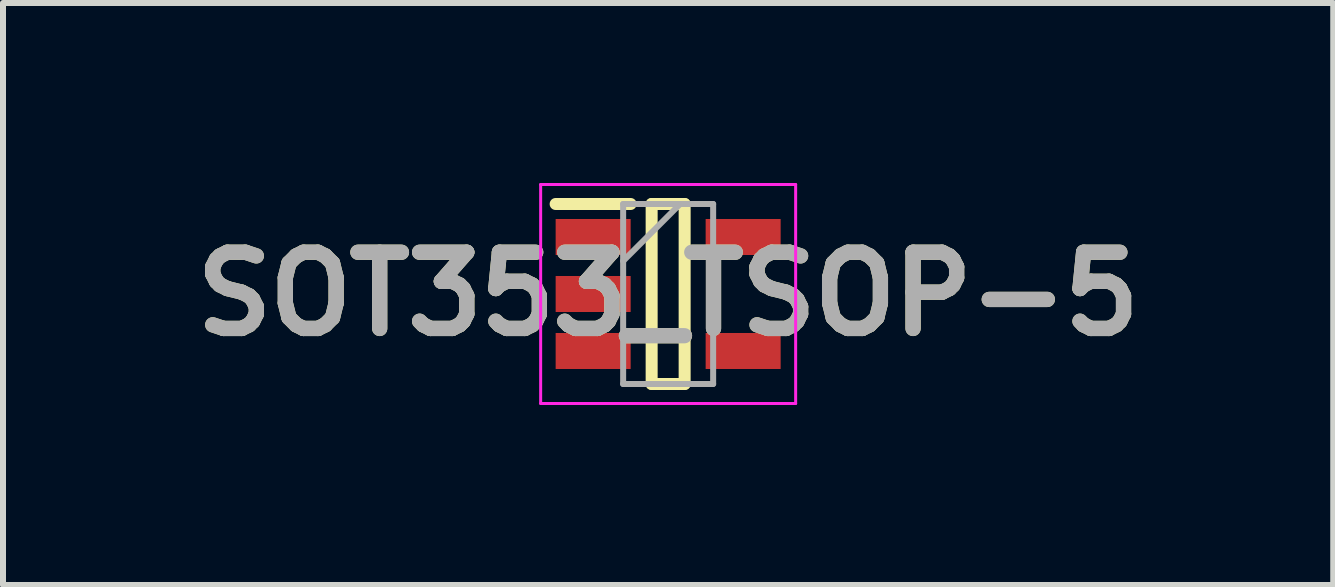
<source format=kicad_pcb>
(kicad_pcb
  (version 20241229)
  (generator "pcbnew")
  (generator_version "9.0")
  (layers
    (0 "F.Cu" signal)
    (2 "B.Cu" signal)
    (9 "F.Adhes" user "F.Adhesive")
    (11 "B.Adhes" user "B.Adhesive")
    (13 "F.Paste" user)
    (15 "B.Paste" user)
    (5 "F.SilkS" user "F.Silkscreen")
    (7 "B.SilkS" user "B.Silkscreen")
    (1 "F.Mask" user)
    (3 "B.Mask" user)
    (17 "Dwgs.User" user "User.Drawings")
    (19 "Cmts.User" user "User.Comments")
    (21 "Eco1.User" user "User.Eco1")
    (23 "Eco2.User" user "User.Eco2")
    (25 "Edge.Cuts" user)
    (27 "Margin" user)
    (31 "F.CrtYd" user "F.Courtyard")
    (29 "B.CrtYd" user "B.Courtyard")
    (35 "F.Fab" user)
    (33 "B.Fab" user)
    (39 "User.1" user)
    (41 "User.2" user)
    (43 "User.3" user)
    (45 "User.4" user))
  (footprint "SOT353_TSOP-5"
    (layer "F.Cu")
    (at 8.086 1.85)
    (property "Reference" "SOT353_TSOP-5" (at 0 0 0) (layer "F.SilkS") (effects (font (size 1.27 1.27) (thickness 0.254))))
    (attr smd)
    (fp_line (start -1.875 -1.5) (end -0.625 -1.5) (stroke (width 0.2) (type solid)) (layer "F.SilkS"))
    (fp_line (start -0.275 -1.5) (end 0.275 -1.5) (stroke (width 0.2) (type solid)) (layer "F.SilkS"))
    (fp_line (start -0.275 1.5) (end -0.275 -1.5) (stroke (width 0.2) (type solid)) (layer "F.SilkS"))
    (fp_line (start 0.275 -1.5) (end 0.275 1.5) (stroke (width 0.2) (type solid)) (layer "F.SilkS"))
    (fp_line (start 0.275 1.5) (end -0.275 1.5) (stroke (width 0.2) (type solid)) (layer "F.SilkS"))
    (fp_line (start -2.125 -1.825) (end 2.125 -1.825) (stroke (width 0.05) (type solid)) (layer "F.CrtYd"))
    (fp_line (start -2.125 1.825) (end -2.125 -1.825) (stroke (width 0.05) (type solid)) (layer "F.CrtYd"))
    (fp_line (start 2.125 -1.825) (end 2.125 1.825) (stroke (width 0.05) (type solid)) (layer "F.CrtYd"))
    (fp_line (start 2.125 1.825) (end -2.125 1.825) (stroke (width 0.05) (type solid)) (layer "F.CrtYd"))
    (fp_line (start -0.75 -1.5) (end 0.75 -1.5) (stroke (width 0.1) (type solid)) (layer "F.Fab"))
    (fp_line (start -0.75 -0.55) (end 0.2 -1.5) (stroke (width 0.1) (type solid)) (layer "F.Fab"))
    (fp_line (start -0.75 1.5) (end -0.75 -1.5) (stroke (width 0.1) (type solid)) (layer "F.Fab"))
    (fp_line (start 0.75 -1.5) (end 0.75 1.5) (stroke (width 0.1) (type solid)) (layer "F.Fab"))
    (fp_line (start 0.75 1.5) (end -0.75 1.5) (stroke (width 0.1) (type solid)) (layer "F.Fab"))
    (fp_text user "${REFERENCE}" (at 0 0 0) (layer "F.Fab") (effects (font (size 1.27 1.27) (thickness 0.254))))
    (pad "1" smd rect (at -1.25 -0.95 90) (size 0.6 1.25) (layers "F.Cu" "F.Mask" "F.Paste"))
    (pad "2" smd rect (at -1.25 0 90) (size 0.6 1.25) (layers "F.Cu" "F.Mask" "F.Paste"))
    (pad "3" smd rect (at -1.25 0.95 90) (size 0.6 1.25) (layers "F.Cu" "F.Mask" "F.Paste"))
    (pad "4" smd rect (at 1.25 0.95 90) (size 0.6 1.25) (layers "F.Cu" "F.Mask" "F.Paste"))
    (pad "5" smd rect (at 1.25 -0.95 90) (size 0.6 1.25) (layers "F.Cu" "F.Mask" "F.Paste")))
  (gr_rect
    (start -3 -3)
    (end 19.171 6.7)
    (stroke (width 0.1) (type default))
    (fill no)
    (layer "Edge.Cuts")))
</source>
